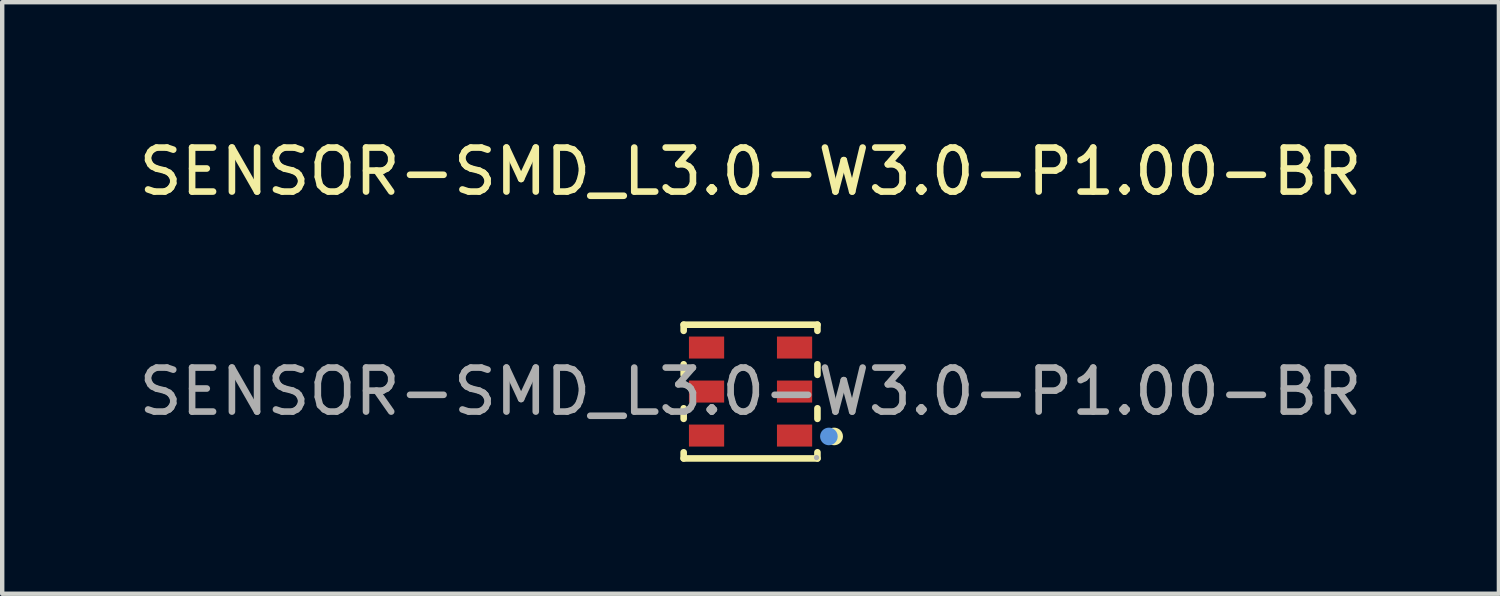
<source format=kicad_pcb>
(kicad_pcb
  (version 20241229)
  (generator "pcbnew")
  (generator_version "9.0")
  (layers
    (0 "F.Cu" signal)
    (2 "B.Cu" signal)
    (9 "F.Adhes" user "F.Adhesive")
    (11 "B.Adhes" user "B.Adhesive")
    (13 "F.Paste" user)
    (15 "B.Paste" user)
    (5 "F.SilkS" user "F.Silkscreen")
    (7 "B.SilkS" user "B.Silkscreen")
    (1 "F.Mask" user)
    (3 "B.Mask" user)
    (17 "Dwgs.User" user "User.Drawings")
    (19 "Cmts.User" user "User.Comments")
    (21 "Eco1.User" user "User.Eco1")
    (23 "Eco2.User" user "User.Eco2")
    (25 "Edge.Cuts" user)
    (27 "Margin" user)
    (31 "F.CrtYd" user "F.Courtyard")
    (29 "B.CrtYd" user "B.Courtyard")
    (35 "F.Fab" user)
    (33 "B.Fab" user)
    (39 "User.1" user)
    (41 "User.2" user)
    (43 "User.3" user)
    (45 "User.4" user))
  (footprint "SENSOR-SMD_L3.0-W3.0-P1.00-BR"
    (layer "F.Cu")
    (at 14.006 5.848)
    (property "Reference" "SENSOR-SMD_L3.0-W3.0-P1.00-BR" (at 0 -5 0) (layer "F.SilkS") (effects (font (size 1 1) (thickness 0.15))))
    (attr smd)
    (fp_line (start -1.52 -1.52) (end -1.52 -1.38) (stroke (width 0.15) (type solid)) (layer "F.SilkS"))
    (fp_line (start -1.52 -0.62) (end -1.52 -0.38) (stroke (width 0.15) (type solid)) (layer "F.SilkS"))
    (fp_line (start -1.52 0.38) (end -1.52 0.62) (stroke (width 0.15) (type solid)) (layer "F.SilkS"))
    (fp_line (start -1.52 1.38) (end -1.52 1.52) (stroke (width 0.15) (type solid)) (layer "F.SilkS"))
    (fp_line (start -1.52 1.52) (end 1.52 1.52) (stroke (width 0.15) (type solid)) (layer "F.SilkS"))
    (fp_line (start 1.52 -1.52) (end -1.52 -1.52) (stroke (width 0.15) (type solid)) (layer "F.SilkS"))
    (fp_line (start 1.52 -1.38) (end 1.52 -1.52) (stroke (width 0.15) (type solid)) (layer "F.SilkS"))
    (fp_line (start 1.52 -0.38) (end 1.52 -0.62) (stroke (width 0.15) (type solid)) (layer "F.SilkS"))
    (fp_line (start 1.52 0.62) (end 1.52 0.38) (stroke (width 0.15) (type solid)) (layer "F.SilkS"))
    (fp_line (start 1.52 1.52) (end 1.52 1.38) (stroke (width 0.15) (type solid)) (layer "F.SilkS"))
    (fp_circle (center 1.9 1.02) (end 2 1.02) (stroke (width 0.2) (type solid)) (fill no) (layer "F.SilkS"))
    (fp_circle (center 1.78 1.02) (end 1.88 1.02) (stroke (width 0.2) (type solid)) (fill no) (layer "Cmts.User"))
    (fp_circle (center 1.5 1.5) (end 1.53 1.5) (stroke (width 0.06) (type solid)) (fill no) (layer "F.Fab"))
    (fp_text user "${REFERENCE}" (at 0 0 0) (layer "F.Fab") (effects (font (size 1 1) (thickness 0.15))))
    (pad "1" smd rect (at 1 1 180) (size 0.8 0.5) (layers "F.Cu" "F.Mask" "F.Paste"))
    (pad "2" smd rect (at 1 0 180) (size 0.8 0.5) (layers "F.Cu" "F.Mask" "F.Paste"))
    (pad "3" smd rect (at 1 -1 180) (size 0.8 0.5) (layers "F.Cu" "F.Mask" "F.Paste"))
    (pad "4" smd rect (at -1 -1 180) (size 0.8 0.5) (layers "F.Cu" "F.Mask" "F.Paste"))
    (pad "5" smd rect (at -1 0 180) (size 0.8 0.5) (layers "F.Cu" "F.Mask" "F.Paste"))
    (pad "6" smd rect (at -1 1 180) (size 0.8 0.5) (layers "F.Cu" "F.Mask" "F.Paste")))
  (gr_rect
    (start -3 -3)
    (end 31.012 10.443)
    (stroke (width 0.1) (type default))
    (fill no)
    (layer "Edge.Cuts")))
</source>
